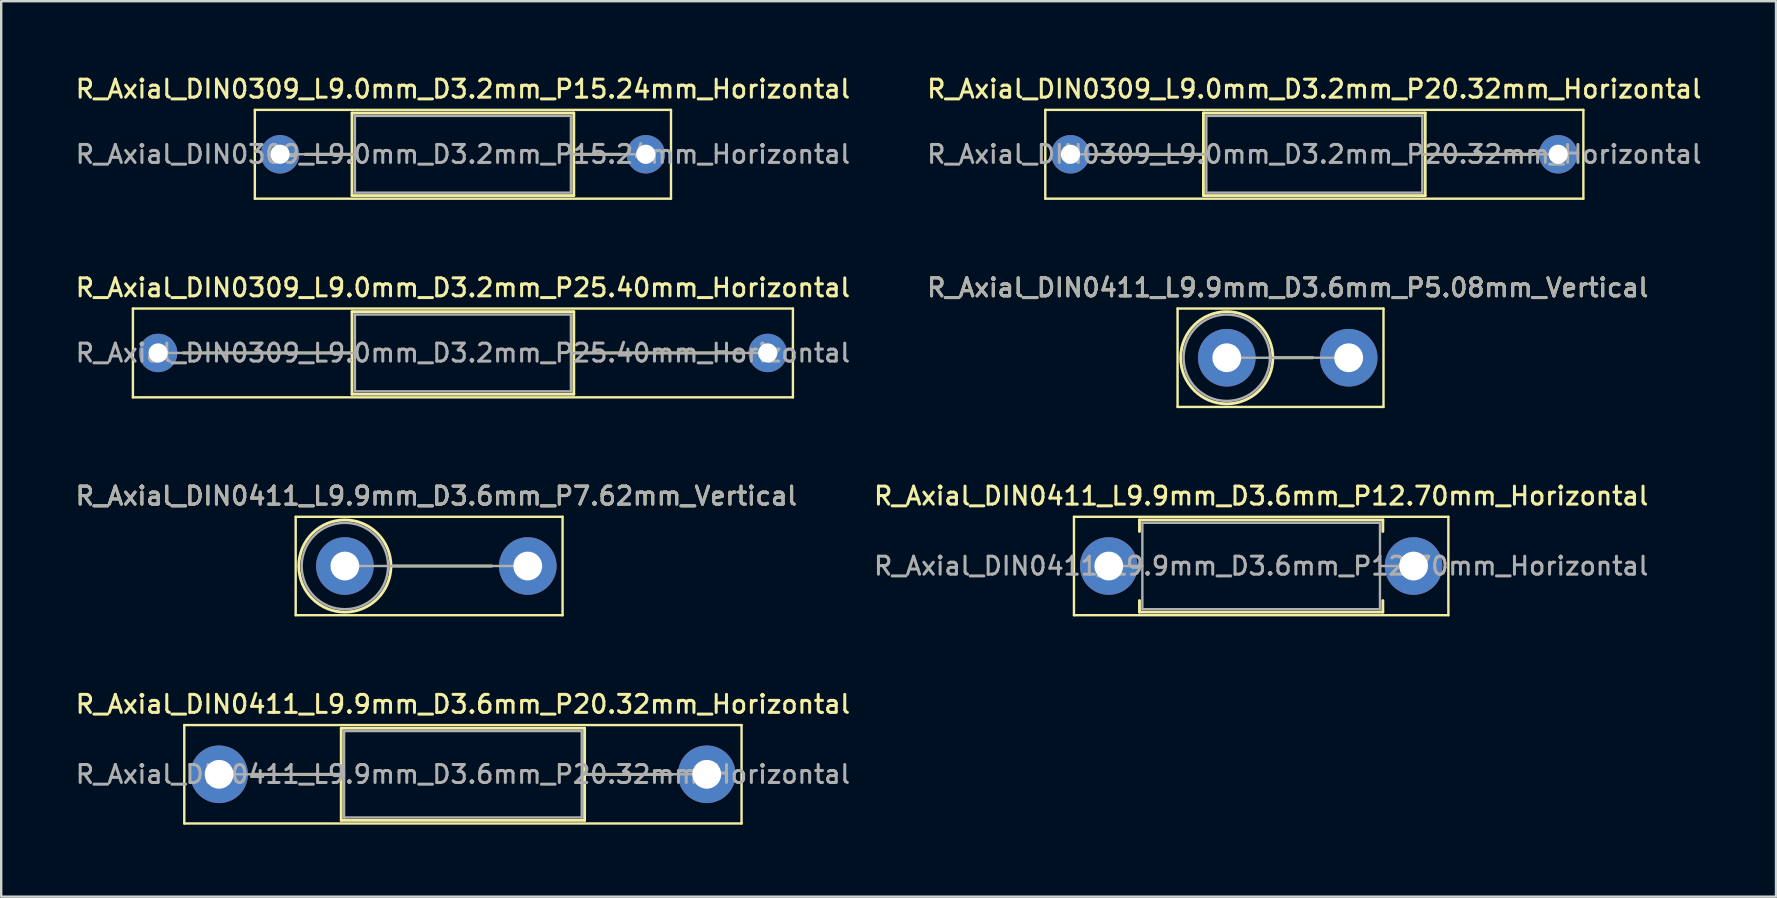
<source format=kicad_pcb>
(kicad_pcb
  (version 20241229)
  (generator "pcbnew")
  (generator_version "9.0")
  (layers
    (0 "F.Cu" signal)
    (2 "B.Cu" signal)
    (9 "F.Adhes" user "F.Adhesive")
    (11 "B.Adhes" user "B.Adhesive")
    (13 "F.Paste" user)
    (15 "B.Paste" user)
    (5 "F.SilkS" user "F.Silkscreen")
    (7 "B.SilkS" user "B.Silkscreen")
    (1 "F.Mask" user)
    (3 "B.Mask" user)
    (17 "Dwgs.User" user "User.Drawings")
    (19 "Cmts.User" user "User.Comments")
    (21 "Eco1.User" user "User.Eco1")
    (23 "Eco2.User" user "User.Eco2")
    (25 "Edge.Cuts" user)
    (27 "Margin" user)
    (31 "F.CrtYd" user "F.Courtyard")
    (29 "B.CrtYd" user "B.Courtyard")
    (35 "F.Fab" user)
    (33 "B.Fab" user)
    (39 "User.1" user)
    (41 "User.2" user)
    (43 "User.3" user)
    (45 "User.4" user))
  (footprint "R_Axial_DIN0411_L9.9mm_D3.6mm_P5.08mm_Vertical"
    (layer "F.Cu")
    (at 48.065 11.856)
    (property "Reference" "R_Axial_DIN0411_L9.9mm_D3.6mm_P5.08mm_Vertical" (at 2.54 -2.92 0) (layer "F.SilkS") (effects (font (size 0.75 0.75) (thickness 0.125))))
    (attr through_hole)
    (fp_line (start -2.05 -2.05) (end -2.05 2.05) (stroke (width 0.1) (type solid)) (layer "F.SilkS"))
    (fp_line (start -2.05 2.05) (end 6.53 2.05) (stroke (width 0.1) (type solid)) (layer "F.SilkS"))
    (fp_line (start 1.92 0) (end 3.58 0) (stroke (width 0.12) (type solid)) (layer "F.SilkS"))
    (fp_line (start 6.53 -2.05) (end -2.05 -2.05) (stroke (width 0.1) (type solid)) (layer "F.SilkS"))
    (fp_line (start 6.53 2.05) (end 6.53 -2.05) (stroke (width 0.1) (type solid)) (layer "F.SilkS"))
    (fp_circle (center 0 0) (end 1.92 0) (stroke (width 0.12) (type solid)) (fill no) (layer "F.SilkS"))
    (fp_line (start 0 0) (end 5.08 0) (stroke (width 0.1) (type solid)) (layer "F.Fab"))
    (fp_circle (center 0 0) (end 1.8 0) (stroke (width 0.1) (type solid)) (fill no) (layer "F.Fab"))
    (fp_text user "${REFERENCE}" (at 2.54 -2.92 0) (layer "F.Fab") (effects (font (size 0.75 0.75) (thickness 0.125))))
    (pad "1" thru_hole circle (at 0 0) (size 2.4 2.4) (drill 1.2) (layers "*.Cu" "*.Mask"))
    (pad "2" thru_hole oval (at 5.08 0) (size 2.4 2.4) (drill 1.2) (layers "*.Cu" "*.Mask")))
  (footprint "R_Axial_DIN0411_L9.9mm_D3.6mm_P20.32mm_Horizontal"
    (layer "F.Cu")
    (at 6.078 29.212)
    (property "Reference" "R_Axial_DIN0411_L9.9mm_D3.6mm_P20.32mm_Horizontal" (at 10.16 -2.92 0) (layer "F.SilkS") (effects (font (size 0.75 0.75) (thickness 0.125))))
    (attr through_hole)
    (fp_line (start -1.45 -2.05) (end -1.45 2.05) (stroke (width 0.1) (type solid)) (layer "F.SilkS"))
    (fp_line (start -1.45 2.05) (end 21.77 2.05) (stroke (width 0.1) (type solid)) (layer "F.SilkS"))
    (fp_line (start 1.44 0) (end 5.09 0) (stroke (width 0.12) (type solid)) (layer "F.SilkS"))
    (fp_line (start 5.09 -1.92) (end 5.09 1.92) (stroke (width 0.12) (type solid)) (layer "F.SilkS"))
    (fp_line (start 5.09 1.92) (end 15.23 1.92) (stroke (width 0.12) (type solid)) (layer "F.SilkS"))
    (fp_line (start 15.23 -1.92) (end 5.09 -1.92) (stroke (width 0.12) (type solid)) (layer "F.SilkS"))
    (fp_line (start 15.23 1.92) (end 15.23 -1.92) (stroke (width 0.12) (type solid)) (layer "F.SilkS"))
    (fp_line (start 18.88 0) (end 15.23 0) (stroke (width 0.12) (type solid)) (layer "F.SilkS"))
    (fp_line (start 21.77 -2.05) (end -1.45 -2.05) (stroke (width 0.1) (type solid)) (layer "F.SilkS"))
    (fp_line (start 21.77 2.05) (end 21.77 -2.05) (stroke (width 0.1) (type solid)) (layer "F.SilkS"))
    (fp_line (start 0 0) (end 5.21 0) (stroke (width 0.1) (type solid)) (layer "F.Fab"))
    (fp_line (start 5.21 -1.8) (end 5.21 1.8) (stroke (width 0.1) (type solid)) (layer "F.Fab"))
    (fp_line (start 5.21 1.8) (end 15.11 1.8) (stroke (width 0.1) (type solid)) (layer "F.Fab"))
    (fp_line (start 15.11 -1.8) (end 5.21 -1.8) (stroke (width 0.1) (type solid)) (layer "F.Fab"))
    (fp_line (start 15.11 1.8) (end 15.11 -1.8) (stroke (width 0.1) (type solid)) (layer "F.Fab"))
    (fp_line (start 20.32 0) (end 15.11 0) (stroke (width 0.1) (type solid)) (layer "F.Fab"))
    (fp_text user "${REFERENCE}" (at 10.16 0 0) (layer "F.Fab") (effects (font (size 0.75 0.75) (thickness 0.125))))
    (pad "1" thru_hole circle (at 0 0) (size 2.4 2.4) (drill 1.2) (layers "*.Cu" "*.Mask"))
    (pad "2" thru_hole oval (at 20.32 0) (size 2.4 2.4) (drill 1.2) (layers "*.Cu" "*.Mask")))
  (footprint "R_Axial_DIN0411_L9.9mm_D3.6mm_P12.70mm_Horizontal"
    (layer "F.Cu")
    (at 43.148 20.534)
    (property "Reference" "R_Axial_DIN0411_L9.9mm_D3.6mm_P12.70mm_Horizontal" (at 6.35 -2.92 0) (layer "F.SilkS") (effects (font (size 0.75 0.75) (thickness 0.125))))
    (attr through_hole)
    (fp_line (start -1.45 -2.05) (end -1.45 2.05) (stroke (width 0.1) (type solid)) (layer "F.SilkS"))
    (fp_line (start -1.45 2.05) (end 14.15 2.05) (stroke (width 0.1) (type solid)) (layer "F.SilkS"))
    (fp_line (start 1.28 -1.92) (end 11.42 -1.92) (stroke (width 0.12) (type solid)) (layer "F.SilkS"))
    (fp_line (start 1.28 -1.44) (end 1.28 -1.92) (stroke (width 0.12) (type solid)) (layer "F.SilkS"))
    (fp_line (start 1.28 1.44) (end 1.28 1.92) (stroke (width 0.12) (type solid)) (layer "F.SilkS"))
    (fp_line (start 1.28 1.92) (end 11.42 1.92) (stroke (width 0.12) (type solid)) (layer "F.SilkS"))
    (fp_line (start 11.42 -1.92) (end 11.42 -1.44) (stroke (width 0.12) (type solid)) (layer "F.SilkS"))
    (fp_line (start 11.42 1.92) (end 11.42 1.44) (stroke (width 0.12) (type solid)) (layer "F.SilkS"))
    (fp_line (start 14.15 -2.05) (end -1.45 -2.05) (stroke (width 0.1) (type solid)) (layer "F.SilkS"))
    (fp_line (start 14.15 2.05) (end 14.15 -2.05) (stroke (width 0.1) (type solid)) (layer "F.SilkS"))
    (fp_line (start 0 0) (end 1.4 0) (stroke (width 0.1) (type solid)) (layer "F.Fab"))
    (fp_line (start 1.4 -1.8) (end 1.4 1.8) (stroke (width 0.1) (type solid)) (layer "F.Fab"))
    (fp_line (start 1.4 1.8) (end 11.3 1.8) (stroke (width 0.1) (type solid)) (layer "F.Fab"))
    (fp_line (start 11.3 -1.8) (end 1.4 -1.8) (stroke (width 0.1) (type solid)) (layer "F.Fab"))
    (fp_line (start 11.3 1.8) (end 11.3 -1.8) (stroke (width 0.1) (type solid)) (layer "F.Fab"))
    (fp_line (start 12.7 0) (end 11.3 0) (stroke (width 0.1) (type solid)) (layer "F.Fab"))
    (fp_text user "${REFERENCE}" (at 6.35 0 0) (layer "F.Fab") (effects (font (size 0.75 0.75) (thickness 0.125))))
    (pad "1" thru_hole circle (at 0 0) (size 2.4 2.4) (drill 1.2) (layers "*.Cu" "*.Mask"))
    (pad "2" thru_hole oval (at 12.7 0) (size 2.4 2.4) (drill 1.2) (layers "*.Cu" "*.Mask")))
  (footprint "R_Axial_DIN0309_L9.0mm_D3.2mm_P20.32mm_Horizontal"
    (layer "F.Cu")
    (at 41.553 3.378)
    (property "Reference" "R_Axial_DIN0309_L9.0mm_D3.2mm_P20.32mm_Horizontal" (at 10.16 -2.72 0) (layer "F.SilkS") (effects (font (size 0.75 0.75) (thickness 0.125))))
    (attr through_hole)
    (fp_line (start -1.05 -1.85) (end -1.05 1.85) (stroke (width 0.1) (type solid)) (layer "F.SilkS"))
    (fp_line (start -1.05 1.85) (end 21.37 1.85) (stroke (width 0.1) (type solid)) (layer "F.SilkS"))
    (fp_line (start 1.04 0) (end 5.54 0) (stroke (width 0.12) (type solid)) (layer "F.SilkS"))
    (fp_line (start 5.54 -1.72) (end 5.54 1.72) (stroke (width 0.12) (type solid)) (layer "F.SilkS"))
    (fp_line (start 5.54 1.72) (end 14.78 1.72) (stroke (width 0.12) (type solid)) (layer "F.SilkS"))
    (fp_line (start 14.78 -1.72) (end 5.54 -1.72) (stroke (width 0.12) (type solid)) (layer "F.SilkS"))
    (fp_line (start 14.78 1.72) (end 14.78 -1.72) (stroke (width 0.12) (type solid)) (layer "F.SilkS"))
    (fp_line (start 19.28 0) (end 14.78 0) (stroke (width 0.12) (type solid)) (layer "F.SilkS"))
    (fp_line (start 21.37 -1.85) (end -1.05 -1.85) (stroke (width 0.1) (type solid)) (layer "F.SilkS"))
    (fp_line (start 21.37 1.85) (end 21.37 -1.85) (stroke (width 0.1) (type solid)) (layer "F.SilkS"))
    (fp_line (start 0 0) (end 5.66 0) (stroke (width 0.1) (type solid)) (layer "F.Fab"))
    (fp_line (start 5.66 -1.6) (end 5.66 1.6) (stroke (width 0.1) (type solid)) (layer "F.Fab"))
    (fp_line (start 5.66 1.6) (end 14.66 1.6) (stroke (width 0.1) (type solid)) (layer "F.Fab"))
    (fp_line (start 14.66 -1.6) (end 5.66 -1.6) (stroke (width 0.1) (type solid)) (layer "F.Fab"))
    (fp_line (start 14.66 1.6) (end 14.66 -1.6) (stroke (width 0.1) (type solid)) (layer "F.Fab"))
    (fp_line (start 20.32 0) (end 14.66 0) (stroke (width 0.1) (type solid)) (layer "F.Fab"))
    (fp_text user "${REFERENCE}" (at 10.16 0 0) (layer "F.Fab") (effects (font (size 0.75 0.75) (thickness 0.125))))
    (pad "1" thru_hole circle (at 0 0) (size 1.6 1.6) (drill 0.8) (layers "*.Cu" "*.Mask"))
    (pad "2" thru_hole oval (at 20.32 0) (size 1.6 1.6) (drill 0.8) (layers "*.Cu" "*.Mask")))
  (footprint "R_Axial_DIN0411_L9.9mm_D3.6mm_P7.62mm_Vertical"
    (layer "F.Cu")
    (at 11.32 20.534)
    (property "Reference" "R_Axial_DIN0411_L9.9mm_D3.6mm_P7.62mm_Vertical" (at 3.81 -2.92 0) (layer "F.SilkS") (effects (font (size 0.75 0.75) (thickness 0.125))))
    (attr through_hole)
    (fp_line (start -2.05 -2.05) (end -2.05 2.05) (stroke (width 0.1) (type solid)) (layer "F.SilkS"))
    (fp_line (start -2.05 2.05) (end 9.07 2.05) (stroke (width 0.1) (type solid)) (layer "F.SilkS"))
    (fp_line (start 1.92 0) (end 6.12 0) (stroke (width 0.12) (type solid)) (layer "F.SilkS"))
    (fp_line (start 9.07 -2.05) (end -2.05 -2.05) (stroke (width 0.1) (type solid)) (layer "F.SilkS"))
    (fp_line (start 9.07 2.05) (end 9.07 -2.05) (stroke (width 0.1) (type solid)) (layer "F.SilkS"))
    (fp_circle (center 0 0) (end 1.92 0) (stroke (width 0.12) (type solid)) (fill no) (layer "F.SilkS"))
    (fp_line (start 0 0) (end 7.62 0) (stroke (width 0.1) (type solid)) (layer "F.Fab"))
    (fp_circle (center 0 0) (end 1.8 0) (stroke (width 0.1) (type solid)) (fill no) (layer "F.Fab"))
    (fp_text user "${REFERENCE}" (at 3.81 -2.92 0) (layer "F.Fab") (effects (font (size 0.75 0.75) (thickness 0.125))))
    (pad "1" thru_hole circle (at 0 0) (size 2.4 2.4) (drill 1.2) (layers "*.Cu" "*.Mask"))
    (pad "2" thru_hole oval (at 7.62 0) (size 2.4 2.4) (drill 1.2) (layers "*.Cu" "*.Mask")))
  (footprint "R_Axial_DIN0309_L9.0mm_D3.2mm_P25.40mm_Horizontal"
    (layer "F.Cu")
    (at 3.538 11.656)
    (property "Reference" "R_Axial_DIN0309_L9.0mm_D3.2mm_P25.40mm_Horizontal" (at 12.7 -2.72 0) (layer "F.SilkS") (effects (font (size 0.75 0.75) (thickness 0.125))))
    (attr through_hole)
    (fp_line (start -1.05 -1.85) (end -1.05 1.85) (stroke (width 0.1) (type solid)) (layer "F.SilkS"))
    (fp_line (start -1.05 1.85) (end 26.45 1.85) (stroke (width 0.1) (type solid)) (layer "F.SilkS"))
    (fp_line (start 1.04 0) (end 8.08 0) (stroke (width 0.12) (type solid)) (layer "F.SilkS"))
    (fp_line (start 8.08 -1.72) (end 8.08 1.72) (stroke (width 0.12) (type solid)) (layer "F.SilkS"))
    (fp_line (start 8.08 1.72) (end 17.32 1.72) (stroke (width 0.12) (type solid)) (layer "F.SilkS"))
    (fp_line (start 17.32 -1.72) (end 8.08 -1.72) (stroke (width 0.12) (type solid)) (layer "F.SilkS"))
    (fp_line (start 17.32 1.72) (end 17.32 -1.72) (stroke (width 0.12) (type solid)) (layer "F.SilkS"))
    (fp_line (start 24.36 0) (end 17.32 0) (stroke (width 0.12) (type solid)) (layer "F.SilkS"))
    (fp_line (start 26.45 -1.85) (end -1.05 -1.85) (stroke (width 0.1) (type solid)) (layer "F.SilkS"))
    (fp_line (start 26.45 1.85) (end 26.45 -1.85) (stroke (width 0.1) (type solid)) (layer "F.SilkS"))
    (fp_line (start 0 0) (end 8.2 0) (stroke (width 0.1) (type solid)) (layer "F.Fab"))
    (fp_line (start 8.2 -1.6) (end 8.2 1.6) (stroke (width 0.1) (type solid)) (layer "F.Fab"))
    (fp_line (start 8.2 1.6) (end 17.2 1.6) (stroke (width 0.1) (type solid)) (layer "F.Fab"))
    (fp_line (start 17.2 -1.6) (end 8.2 -1.6) (stroke (width 0.1) (type solid)) (layer "F.Fab"))
    (fp_line (start 17.2 1.6) (end 17.2 -1.6) (stroke (width 0.1) (type solid)) (layer "F.Fab"))
    (fp_line (start 25.4 0) (end 17.2 0) (stroke (width 0.1) (type solid)) (layer "F.Fab"))
    (fp_text user "${REFERENCE}" (at 12.7 0 0) (layer "F.Fab") (effects (font (size 0.75 0.75) (thickness 0.125))))
    (pad "1" thru_hole circle (at 0 0) (size 1.6 1.6) (drill 0.8) (layers "*.Cu" "*.Mask"))
    (pad "2" thru_hole oval (at 25.4 0) (size 1.6 1.6) (drill 0.8) (layers "*.Cu" "*.Mask")))
  (footprint "R_Axial_DIN0309_L9.0mm_D3.2mm_P15.24mm_Horizontal"
    (layer "F.Cu")
    (at 8.618 3.378)
    (property "Reference" "R_Axial_DIN0309_L9.0mm_D3.2mm_P15.24mm_Horizontal" (at 7.62 -2.72 0) (layer "F.SilkS") (effects (font (size 0.75 0.75) (thickness 0.125))))
    (attr through_hole)
    (fp_line (start -1.05 -1.85) (end -1.05 1.85) (stroke (width 0.1) (type solid)) (layer "F.SilkS"))
    (fp_line (start -1.05 1.85) (end 16.29 1.85) (stroke (width 0.1) (type solid)) (layer "F.SilkS"))
    (fp_line (start 1.04 0) (end 3 0) (stroke (width 0.12) (type solid)) (layer "F.SilkS"))
    (fp_line (start 3 -1.72) (end 3 1.72) (stroke (width 0.12) (type solid)) (layer "F.SilkS"))
    (fp_line (start 3 1.72) (end 12.24 1.72) (stroke (width 0.12) (type solid)) (layer "F.SilkS"))
    (fp_line (start 12.24 -1.72) (end 3 -1.72) (stroke (width 0.12) (type solid)) (layer "F.SilkS"))
    (fp_line (start 12.24 1.72) (end 12.24 -1.72) (stroke (width 0.12) (type solid)) (layer "F.SilkS"))
    (fp_line (start 14.2 0) (end 12.24 0) (stroke (width 0.12) (type solid)) (layer "F.SilkS"))
    (fp_line (start 16.29 -1.85) (end -1.05 -1.85) (stroke (width 0.1) (type solid)) (layer "F.SilkS"))
    (fp_line (start 16.29 1.85) (end 16.29 -1.85) (stroke (width 0.1) (type solid)) (layer "F.SilkS"))
    (fp_line (start 0 0) (end 3.12 0) (stroke (width 0.1) (type solid)) (layer "F.Fab"))
    (fp_line (start 3.12 -1.6) (end 3.12 1.6) (stroke (width 0.1) (type solid)) (layer "F.Fab"))
    (fp_line (start 3.12 1.6) (end 12.12 1.6) (stroke (width 0.1) (type solid)) (layer "F.Fab"))
    (fp_line (start 12.12 -1.6) (end 3.12 -1.6) (stroke (width 0.1) (type solid)) (layer "F.Fab"))
    (fp_line (start 12.12 1.6) (end 12.12 -1.6) (stroke (width 0.1) (type solid)) (layer "F.Fab"))
    (fp_line (start 15.24 0) (end 12.12 0) (stroke (width 0.1) (type solid)) (layer "F.Fab"))
    (fp_text user "${REFERENCE}" (at 7.62 0 0) (layer "F.Fab") (effects (font (size 0.75 0.75) (thickness 0.125))))
    (pad "1" thru_hole circle (at 0 0) (size 1.6 1.6) (drill 0.8) (layers "*.Cu" "*.Mask"))
    (pad "2" thru_hole oval (at 15.24 0) (size 1.6 1.6) (drill 0.8) (layers "*.Cu" "*.Mask")))
  (gr_rect
    (start -3 -3)
    (end 70.95 34.312)
    (stroke (width 0.1) (type default))
    (fill no)
    (layer "Edge.Cuts")))
</source>
